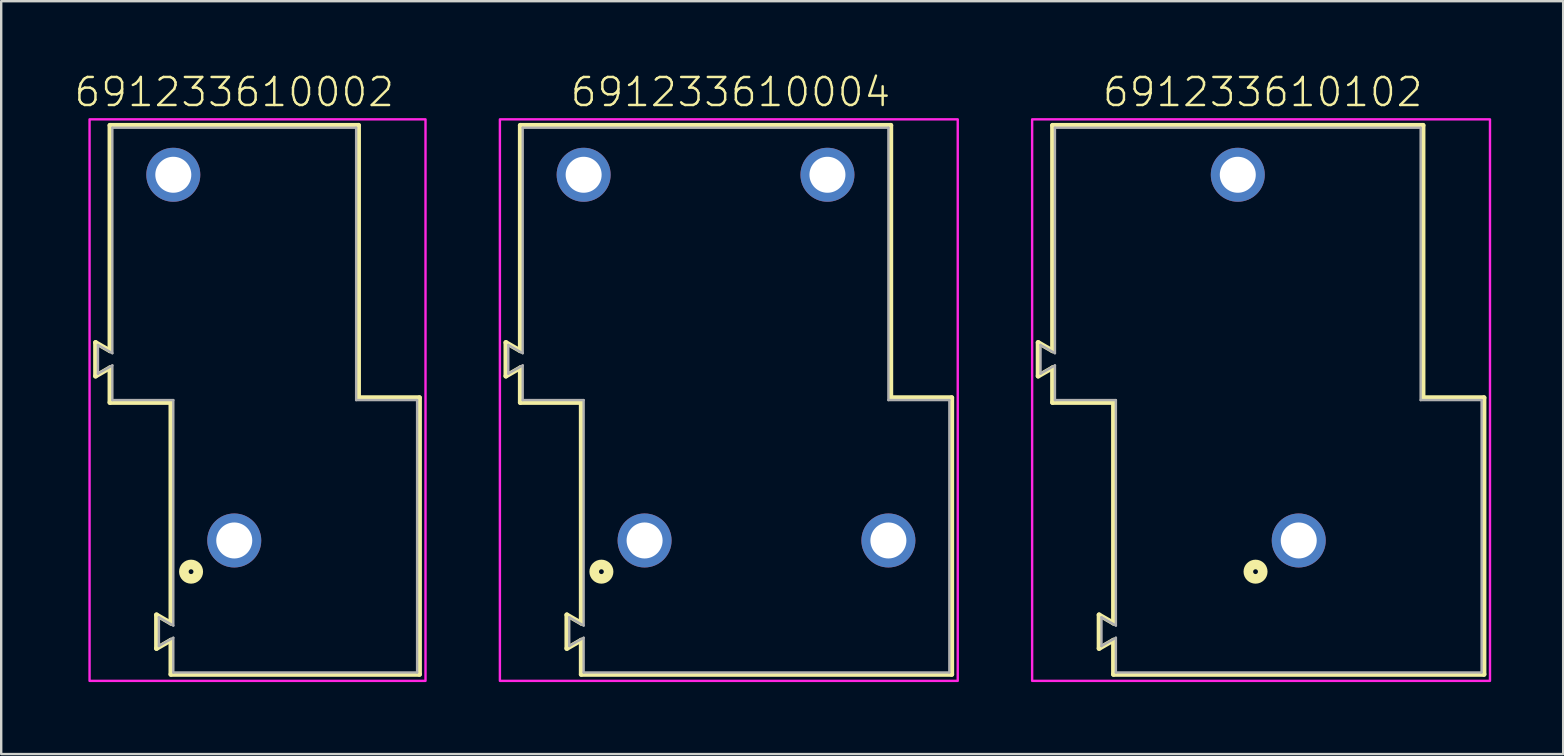
<source format=kicad_pcb>
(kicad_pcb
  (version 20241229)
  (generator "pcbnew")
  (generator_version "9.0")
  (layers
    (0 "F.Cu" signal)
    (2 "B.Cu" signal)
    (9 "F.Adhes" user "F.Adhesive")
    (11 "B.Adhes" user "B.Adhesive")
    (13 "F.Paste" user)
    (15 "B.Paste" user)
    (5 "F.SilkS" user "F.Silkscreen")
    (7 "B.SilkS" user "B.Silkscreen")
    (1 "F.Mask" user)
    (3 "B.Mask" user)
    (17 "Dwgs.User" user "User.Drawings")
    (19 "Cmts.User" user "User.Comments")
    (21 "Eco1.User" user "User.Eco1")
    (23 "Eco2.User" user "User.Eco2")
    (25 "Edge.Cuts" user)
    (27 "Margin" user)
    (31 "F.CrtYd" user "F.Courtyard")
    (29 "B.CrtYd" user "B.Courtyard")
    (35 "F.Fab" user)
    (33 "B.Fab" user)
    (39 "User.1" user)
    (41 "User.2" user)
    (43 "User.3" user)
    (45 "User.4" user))
  (footprint "691233610102"
    (layer "F.Cu")
    (at 51.072 19.473)
    (property "Reference" "691233610102" (at -1.5 -18 0) (unlocked yes) (layer "F.SilkS") (effects (font (size 1.168 1.168) (thickness 0.102)) (justify bottom)))
    (fp_line (start -10.86 -8.25) (end -10.26 -7.904) (stroke (width 0.2) (type solid)) (layer "F.SilkS"))
    (fp_line (start -10.86 -6.85) (end -10.86 -8.25) (stroke (width 0.2) (type solid)) (layer "F.SilkS"))
    (fp_line (start -10.26 -17.3) (end 5.18 -17.3) (stroke (width 0.2) (type solid)) (layer "F.SilkS"))
    (fp_line (start -10.26 -7.904) (end -10.26 -17.3) (stroke (width 0.2) (type solid)) (layer "F.SilkS"))
    (fp_line (start -10.26 -7.196) (end -10.86 -6.85) (stroke (width 0.2) (type solid)) (layer "F.SilkS"))
    (fp_line (start -10.26 -5.75) (end -10.26 -7.196) (stroke (width 0.2) (type solid)) (layer "F.SilkS"))
    (fp_line (start -8.32 3.1) (end -7.72 3.446) (stroke (width 0.2) (type solid)) (layer "F.SilkS"))
    (fp_line (start -8.32 4.5) (end -8.32 3.1) (stroke (width 0.2) (type solid)) (layer "F.SilkS"))
    (fp_line (start -7.72 -5.75) (end -10.26 -5.75) (stroke (width 0.2) (type solid)) (layer "F.SilkS"))
    (fp_line (start -7.72 3.446) (end -7.72 -5.75) (stroke (width 0.2) (type solid)) (layer "F.SilkS"))
    (fp_line (start -7.72 4.154) (end -8.32 4.5) (stroke (width 0.2) (type solid)) (layer "F.SilkS"))
    (fp_line (start -7.72 5.58) (end -7.72 4.154) (stroke (width 0.2) (type solid)) (layer "F.SilkS"))
    (fp_line (start 5.18 -17.3) (end 5.18 -5.95) (stroke (width 0.2) (type solid)) (layer "F.SilkS"))
    (fp_line (start 5.18 -5.95) (end 7.72 -5.95) (stroke (width 0.2) (type solid)) (layer "F.SilkS"))
    (fp_line (start 7.72 -5.95) (end 7.72 5.58) (stroke (width 0.2) (type solid)) (layer "F.SilkS"))
    (fp_line (start 7.72 5.58) (end -7.72 5.58) (stroke (width 0.2) (type solid)) (layer "F.SilkS"))
    (fp_circle (center -1.8 1.3) (end -1.7 1.3) (stroke (width 0.4) (type solid)) (fill no) (layer "F.SilkS"))
    (fp_poly (pts (xy 7.97 5.85) (xy -11.11 5.85) (xy -11.11 -17.55) (xy 7.97 -17.55)) (stroke (width 0.1) (type default)) (fill no) (layer "F.CrtYd"))
    (fp_line (start -10.76 -8.15) (end -10.76 -6.95) (stroke (width 0.1) (type solid)) (layer "F.Fab"))
    (fp_line (start -10.76 -8.15) (end -10.16 -7.804) (stroke (width 0.1) (type solid)) (layer "F.Fab"))
    (fp_line (start -10.76 -6.95) (end -10.16 -7.296) (stroke (width 0.1) (type solid)) (layer "F.Fab"))
    (fp_line (start -10.16 -17.2) (end 5.08 -17.2) (stroke (width 0.1) (type solid)) (layer "F.Fab"))
    (fp_line (start -10.16 -7.804) (end -10.16 -17.2) (stroke (width 0.1) (type solid)) (layer "F.Fab"))
    (fp_line (start -10.16 -5.85) (end -10.16 -7.296) (stroke (width 0.1) (type solid)) (layer "F.Fab"))
    (fp_line (start -8.22 3.2) (end -7.62 3.546) (stroke (width 0.1) (type solid)) (layer "F.Fab"))
    (fp_line (start -8.22 4.4) (end -8.22 3.2) (stroke (width 0.1) (type solid)) (layer "F.Fab"))
    (fp_line (start -8.22 4.4) (end -7.62 4.054) (stroke (width 0.1) (type solid)) (layer "F.Fab"))
    (fp_line (start -7.62 -5.85) (end -10.16 -5.85) (stroke (width 0.1) (type solid)) (layer "F.Fab"))
    (fp_line (start -7.62 3.546) (end -7.62 -5.85) (stroke (width 0.1) (type solid)) (layer "F.Fab"))
    (fp_line (start -7.62 5.5) (end -7.62 4.054) (stroke (width 0.1) (type solid)) (layer "F.Fab"))
    (fp_line (start 5.08 -17.2) (end 5.08 -5.85) (stroke (width 0.1) (type solid)) (layer "F.Fab"))
    (fp_line (start 5.08 -5.85) (end 7.62 -5.85) (stroke (width 0.1) (type solid)) (layer "F.Fab"))
    (fp_line (start 7.62 -5.85) (end 7.62 5.5) (stroke (width 0.1) (type solid)) (layer "F.Fab"))
    (fp_line (start 7.62 5.5) (end -7.62 5.5) (stroke (width 0.1) (type solid)) (layer "F.Fab"))
    (pad "1" thru_hole circle (at 0 0) (size 2.25 2.25) (drill 1.5) (layers "*.Cu" "*.Mask"))
    (pad "2" thru_hole circle (at -2.54 -15.24) (size 2.25 2.25) (drill 1.5) (layers "*.Cu" "*.Mask")))
  (footprint "691233610002"
    (layer "F.Cu")
    (at 6.712 19.473)
    (property "Reference" "691233610002" (at 0 -18 0) (unlocked yes) (layer "F.SilkS") (effects (font (size 1.168 1.168) (thickness 0.102)) (justify bottom)))
    (fp_line (start -5.78 -8.25) (end -5.18 -7.904) (stroke (width 0.2) (type solid)) (layer "F.SilkS"))
    (fp_line (start -5.78 -6.85) (end -5.78 -8.25) (stroke (width 0.2) (type solid)) (layer "F.SilkS"))
    (fp_line (start -5.18 -17.3) (end 5.18 -17.3) (stroke (width 0.2) (type solid)) (layer "F.SilkS"))
    (fp_line (start -5.18 -7.904) (end -5.18 -17.3) (stroke (width 0.2) (type solid)) (layer "F.SilkS"))
    (fp_line (start -5.18 -7.196) (end -5.78 -6.85) (stroke (width 0.2) (type solid)) (layer "F.SilkS"))
    (fp_line (start -5.18 -5.75) (end -5.18 -7.196) (stroke (width 0.2) (type solid)) (layer "F.SilkS"))
    (fp_line (start -3.24 3.1) (end -2.64 3.446) (stroke (width 0.2) (type solid)) (layer "F.SilkS"))
    (fp_line (start -3.24 4.5) (end -3.24 3.1) (stroke (width 0.2) (type solid)) (layer "F.SilkS"))
    (fp_line (start -2.64 -5.75) (end -5.18 -5.75) (stroke (width 0.2) (type solid)) (layer "F.SilkS"))
    (fp_line (start -2.64 3.446) (end -2.64 -5.75) (stroke (width 0.2) (type solid)) (layer "F.SilkS"))
    (fp_line (start -2.64 4.154) (end -3.24 4.5) (stroke (width 0.2) (type solid)) (layer "F.SilkS"))
    (fp_line (start -2.64 5.58) (end -2.64 4.154) (stroke (width 0.2) (type solid)) (layer "F.SilkS"))
    (fp_line (start 5.18 -17.3) (end 5.18 -5.95) (stroke (width 0.2) (type solid)) (layer "F.SilkS"))
    (fp_line (start 5.18 -5.95) (end 7.72 -5.95) (stroke (width 0.2) (type solid)) (layer "F.SilkS"))
    (fp_line (start 7.72 -5.95) (end 7.72 5.58) (stroke (width 0.2) (type solid)) (layer "F.SilkS"))
    (fp_line (start 7.72 5.58) (end -2.64 5.58) (stroke (width 0.2) (type solid)) (layer "F.SilkS"))
    (fp_circle (center -1.8 1.3) (end -1.7 1.3) (stroke (width 0.4) (type solid)) (fill no) (layer "F.SilkS"))
    (fp_poly (pts (xy 7.97 5.85) (xy -6.03 5.85) (xy -6.03 -17.55) (xy 7.97 -17.55)) (stroke (width 0.1) (type default)) (fill no) (layer "F.CrtYd"))
    (fp_line (start -5.68 -8.15) (end -5.68 -6.95) (stroke (width 0.1) (type solid)) (layer "F.Fab"))
    (fp_line (start -5.68 -8.15) (end -5.08 -7.804) (stroke (width 0.1) (type solid)) (layer "F.Fab"))
    (fp_line (start -5.68 -6.95) (end -5.08 -7.296) (stroke (width 0.1) (type solid)) (layer "F.Fab"))
    (fp_line (start -5.08 -17.2) (end 5.08 -17.2) (stroke (width 0.1) (type solid)) (layer "F.Fab"))
    (fp_line (start -5.08 -7.804) (end -5.08 -17.2) (stroke (width 0.1) (type solid)) (layer "F.Fab"))
    (fp_line (start -5.08 -5.85) (end -5.08 -7.296) (stroke (width 0.1) (type solid)) (layer "F.Fab"))
    (fp_line (start -3.14 3.2) (end -2.54 3.546) (stroke (width 0.1) (type solid)) (layer "F.Fab"))
    (fp_line (start -3.14 4.4) (end -3.14 3.2) (stroke (width 0.1) (type solid)) (layer "F.Fab"))
    (fp_line (start -3.14 4.4) (end -2.54 4.054) (stroke (width 0.1) (type solid)) (layer "F.Fab"))
    (fp_line (start -2.54 -5.85) (end -5.08 -5.85) (stroke (width 0.1) (type solid)) (layer "F.Fab"))
    (fp_line (start -2.54 3.546) (end -2.54 -5.85) (stroke (width 0.1) (type solid)) (layer "F.Fab"))
    (fp_line (start -2.54 5.5) (end -2.54 4.054) (stroke (width 0.1) (type solid)) (layer "F.Fab"))
    (fp_line (start 5.08 -17.2) (end 5.08 -5.85) (stroke (width 0.1) (type solid)) (layer "F.Fab"))
    (fp_line (start 5.08 -5.85) (end 7.62 -5.85) (stroke (width 0.1) (type solid)) (layer "F.Fab"))
    (fp_line (start 7.62 -5.85) (end 7.62 5.5) (stroke (width 0.1) (type solid)) (layer "F.Fab"))
    (fp_line (start 7.62 5.5) (end -2.54 5.5) (stroke (width 0.1) (type solid)) (layer "F.Fab"))
    (pad "1" thru_hole circle (at 0 0) (size 2.25 2.25) (drill 1.5) (layers "*.Cu" "*.Mask"))
    (pad "2" thru_hole circle (at -2.54 -15.24) (size 2.25 2.25) (drill 1.5) (layers "*.Cu" "*.Mask")))
  (footprint "691233610004"
    (layer "F.Cu")
    (at 28.892 19.473)
    (property "Reference" "691233610004" (at -1.5 -18 0) (unlocked yes) (layer "F.SilkS") (effects (font (size 1.168 1.168) (thickness 0.102)) (justify bottom)))
    (fp_line (start -10.86 -8.25) (end -10.26 -7.904) (stroke (width 0.2) (type solid)) (layer "F.SilkS"))
    (fp_line (start -10.86 -6.85) (end -10.86 -8.25) (stroke (width 0.2) (type solid)) (layer "F.SilkS"))
    (fp_line (start -10.26 -17.3) (end 5.18 -17.3) (stroke (width 0.2) (type solid)) (layer "F.SilkS"))
    (fp_line (start -10.26 -7.904) (end -10.26 -17.3) (stroke (width 0.2) (type solid)) (layer "F.SilkS"))
    (fp_line (start -10.26 -7.196) (end -10.86 -6.85) (stroke (width 0.2) (type solid)) (layer "F.SilkS"))
    (fp_line (start -10.26 -5.75) (end -10.26 -7.196) (stroke (width 0.2) (type solid)) (layer "F.SilkS"))
    (fp_line (start -8.32 3.1) (end -7.72 3.446) (stroke (width 0.2) (type solid)) (layer "F.SilkS"))
    (fp_line (start -8.32 4.5) (end -8.32 3.1) (stroke (width 0.2) (type solid)) (layer "F.SilkS"))
    (fp_line (start -7.72 -5.75) (end -10.26 -5.75) (stroke (width 0.2) (type solid)) (layer "F.SilkS"))
    (fp_line (start -7.72 3.446) (end -7.72 -5.75) (stroke (width 0.2) (type solid)) (layer "F.SilkS"))
    (fp_line (start -7.72 4.154) (end -8.32 4.5) (stroke (width 0.2) (type solid)) (layer "F.SilkS"))
    (fp_line (start -7.72 5.58) (end -7.72 4.154) (stroke (width 0.2) (type solid)) (layer "F.SilkS"))
    (fp_line (start 5.18 -17.3) (end 5.18 -5.95) (stroke (width 0.2) (type solid)) (layer "F.SilkS"))
    (fp_line (start 5.18 -5.95) (end 7.72 -5.95) (stroke (width 0.2) (type solid)) (layer "F.SilkS"))
    (fp_line (start 7.72 -5.95) (end 7.72 5.58) (stroke (width 0.2) (type solid)) (layer "F.SilkS"))
    (fp_line (start 7.72 5.58) (end -7.72 5.58) (stroke (width 0.2) (type solid)) (layer "F.SilkS"))
    (fp_circle (center -6.88 1.3) (end -6.78 1.3) (stroke (width 0.4) (type solid)) (fill no) (layer "F.SilkS"))
    (fp_poly (pts (xy 7.97 5.85) (xy -11.11 5.85) (xy -11.11 -17.55) (xy 7.97 -17.55)) (stroke (width 0.1) (type default)) (fill no) (layer "F.CrtYd"))
    (fp_line (start -10.76 -8.15) (end -10.76 -6.95) (stroke (width 0.1) (type solid)) (layer "F.Fab"))
    (fp_line (start -10.76 -8.15) (end -10.16 -7.804) (stroke (width 0.1) (type solid)) (layer "F.Fab"))
    (fp_line (start -10.76 -6.95) (end -10.16 -7.296) (stroke (width 0.1) (type solid)) (layer "F.Fab"))
    (fp_line (start -10.16 -17.2) (end 5.08 -17.2) (stroke (width 0.1) (type solid)) (layer "F.Fab"))
    (fp_line (start -10.16 -7.804) (end -10.16 -17.2) (stroke (width 0.1) (type solid)) (layer "F.Fab"))
    (fp_line (start -10.16 -5.85) (end -10.16 -7.296) (stroke (width 0.1) (type solid)) (layer "F.Fab"))
    (fp_line (start -8.22 3.2) (end -7.62 3.546) (stroke (width 0.1) (type solid)) (layer "F.Fab"))
    (fp_line (start -8.22 4.4) (end -8.22 3.2) (stroke (width 0.1) (type solid)) (layer "F.Fab"))
    (fp_line (start -8.22 4.4) (end -7.62 4.054) (stroke (width 0.1) (type solid)) (layer "F.Fab"))
    (fp_line (start -7.62 -5.85) (end -10.16 -5.85) (stroke (width 0.1) (type solid)) (layer "F.Fab"))
    (fp_line (start -7.62 3.546) (end -7.62 -5.85) (stroke (width 0.1) (type solid)) (layer "F.Fab"))
    (fp_line (start -7.62 5.5) (end -7.62 4.054) (stroke (width 0.1) (type solid)) (layer "F.Fab"))
    (fp_line (start 5.08 -17.2) (end 5.08 -5.85) (stroke (width 0.1) (type solid)) (layer "F.Fab"))
    (fp_line (start 5.08 -5.85) (end 7.62 -5.85) (stroke (width 0.1) (type solid)) (layer "F.Fab"))
    (fp_line (start 7.62 -5.85) (end 7.62 5.5) (stroke (width 0.1) (type solid)) (layer "F.Fab"))
    (fp_line (start 7.62 5.5) (end -7.62 5.5) (stroke (width 0.1) (type solid)) (layer "F.Fab"))
    (pad "1" thru_hole circle (at -5.08 0) (size 2.25 2.25) (drill 1.5) (layers "*.Cu" "*.Mask"))
    (pad "2" thru_hole circle (at 5.08 0) (size 2.25 2.25) (drill 1.5) (layers "*.Cu" "*.Mask"))
    (pad "3" thru_hole circle (at -7.62 -15.24) (size 2.25 2.25) (drill 1.5) (layers "*.Cu" "*.Mask"))
    (pad "4" thru_hole circle (at 2.54 -15.24) (size 2.25 2.25) (drill 1.5) (layers "*.Cu" "*.Mask")))
  (gr_rect
    (start -3 -3)
    (end 62.092 28.373)
    (stroke (width 0.1) (type default))
    (fill no)
    (layer "Edge.Cuts")))
</source>
